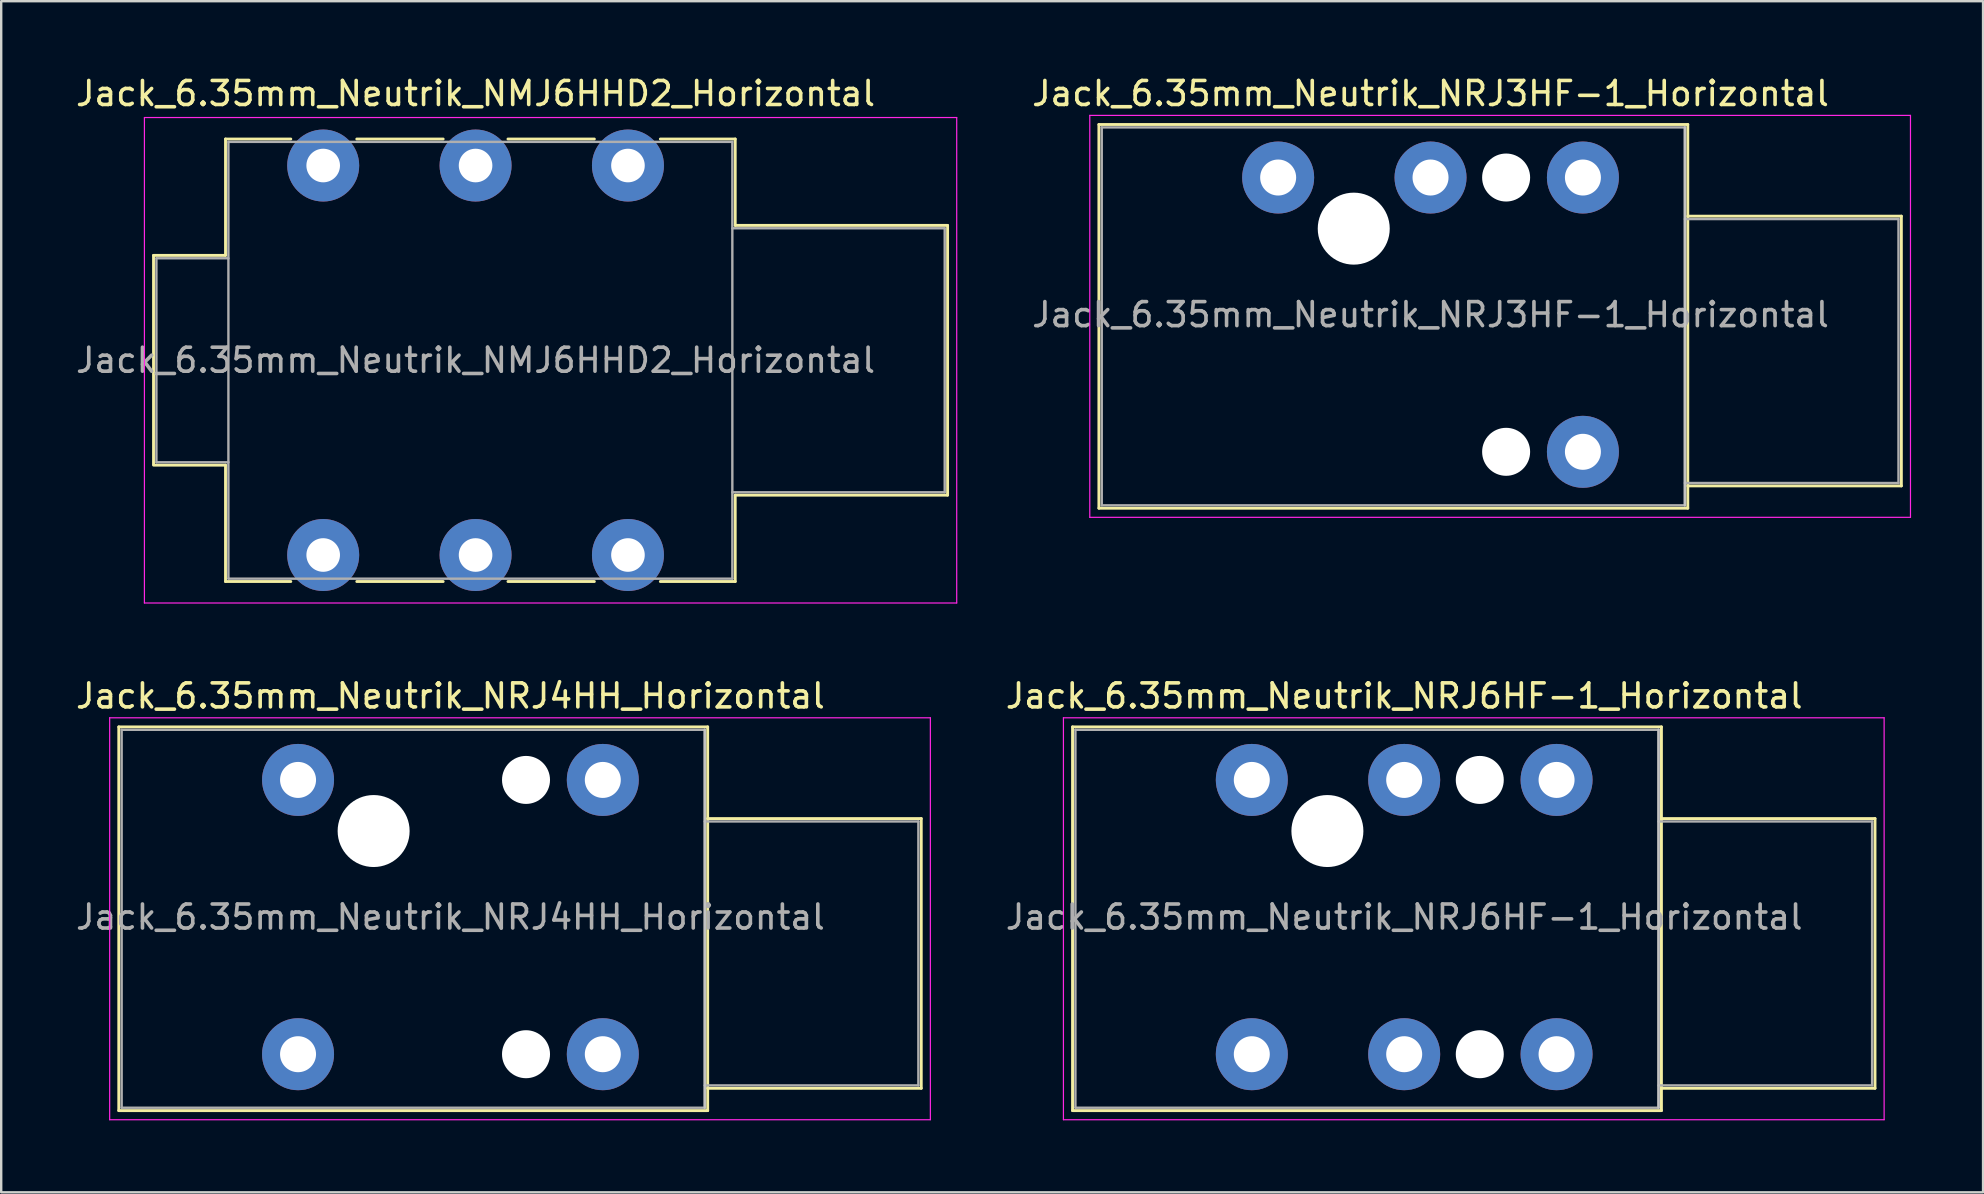
<source format=kicad_pcb>
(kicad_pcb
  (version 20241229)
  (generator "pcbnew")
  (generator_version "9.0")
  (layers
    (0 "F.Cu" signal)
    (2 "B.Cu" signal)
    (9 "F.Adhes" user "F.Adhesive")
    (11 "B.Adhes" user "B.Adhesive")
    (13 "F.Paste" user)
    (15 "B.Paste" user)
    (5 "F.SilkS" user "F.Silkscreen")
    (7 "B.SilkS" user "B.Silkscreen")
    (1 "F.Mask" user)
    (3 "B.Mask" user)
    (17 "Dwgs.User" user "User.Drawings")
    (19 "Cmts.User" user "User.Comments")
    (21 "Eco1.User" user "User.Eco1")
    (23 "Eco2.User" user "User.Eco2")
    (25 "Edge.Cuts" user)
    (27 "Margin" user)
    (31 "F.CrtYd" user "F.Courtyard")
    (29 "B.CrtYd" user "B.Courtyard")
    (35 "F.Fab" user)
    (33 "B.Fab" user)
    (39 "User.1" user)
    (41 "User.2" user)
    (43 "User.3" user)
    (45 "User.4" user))
  (footprint "Jack_6.35mm_Neutrik_NRJ3HF-1_Horizontal"
    (layer "F.Cu")
    (at 50.213 4.348)
    (property "Reference" "Jack_6.35mm_Neutrik_NRJ3HF-1_Horizontal" (at 6.35 -3.5 0) (layer "F.SilkS") (effects (font (size 1 1) (thickness 0.15))))
    (attr through_hole)
    (fp_line (start -7.47 -2.21) (end 17.07 -2.21) (stroke (width 0.12) (type solid)) (layer "F.SilkS"))
    (fp_line (start -7.47 13.78) (end -7.47 -2.21) (stroke (width 0.12) (type solid)) (layer "F.SilkS"))
    (fp_line (start -7.47 13.78) (end 17.07 13.78) (stroke (width 0.12) (type solid)) (layer "F.SilkS"))
    (fp_line (start 17.07 -2.21) (end 17.07 13.78) (stroke (width 0.12) (type solid)) (layer "F.SilkS"))
    (fp_line (start 25.97 1.61) (end 17.07 1.61) (stroke (width 0.12) (type solid)) (layer "F.SilkS"))
    (fp_line (start 25.97 12.85) (end 17.07 12.85) (stroke (width 0.12) (type solid)) (layer "F.SilkS"))
    (fp_line (start 25.97 12.85) (end 25.97 1.61) (stroke (width 0.12) (type solid)) (layer "F.SilkS"))
    (fp_line (start 16.95 -2.09) (end 16.95 13.66) (stroke (width 0.1) (type solid)) (layer "Dwgs.User"))
    (fp_line (start -7.85 14.16) (end -7.85 -2.59) (stroke (width 0.05) (type solid)) (layer "F.CrtYd"))
    (fp_line (start -7.85 14.16) (end 26.35 14.16) (stroke (width 0.05) (type solid)) (layer "F.CrtYd"))
    (fp_line (start 26.35 -2.59) (end -7.85 -2.59) (stroke (width 0.05) (type solid)) (layer "F.CrtYd"))
    (fp_line (start 26.35 14.16) (end 26.35 -2.59) (stroke (width 0.05) (type solid)) (layer "F.CrtYd"))
    (fp_line (start -7.35 -2.09) (end 16.95 -2.09) (stroke (width 0.1) (type solid)) (layer "F.Fab"))
    (fp_line (start -7.35 13.66) (end -7.35 -2.09) (stroke (width 0.1) (type solid)) (layer "F.Fab"))
    (fp_line (start 16.95 -2.09) (end 16.95 13.66) (stroke (width 0.1) (type solid)) (layer "F.Fab"))
    (fp_line (start 16.95 12.73) (end 25.85 12.73) (stroke (width 0.1) (type solid)) (layer "F.Fab"))
    (fp_line (start 16.95 13.66) (end -7.35 13.66) (stroke (width 0.1) (type solid)) (layer "F.Fab"))
    (fp_line (start 25.85 1.73) (end 16.95 1.73) (stroke (width 0.1) (type solid)) (layer "F.Fab"))
    (fp_line (start 25.85 12.73) (end 25.85 1.73) (stroke (width 0.1) (type solid)) (layer "F.Fab"))
    (fp_text user "${REFERENCE}" (at 6.35 5.715 0) (layer "F.Fab") (effects (font (size 1 1) (thickness 0.15))))
    (pad "" np_thru_hole circle (at 3.15 2.13) (size 3 3) (drill 3) (layers "*.Cu" "*.Mask"))
    (pad "" np_thru_hole circle (at 9.5 0) (size 2 2) (drill 2) (layers "*.Cu" "*.Mask"))
    (pad "" np_thru_hole circle (at 9.5 11.43) (size 2 2) (drill 2) (layers "*.Cu" "*.Mask"))
    (pad "G" thru_hole circle (at 12.7 11.43) (size 3 3) (drill 1.5) (layers "*.Cu" "*.Mask"))
    (pad "R" thru_hole circle (at 6.35 0) (size 3 3) (drill 1.5) (layers "*.Cu" "*.Mask"))
    (pad "S" thru_hole circle (at 12.7 0) (size 3 3) (drill 1.5) (layers "*.Cu" "*.Mask"))
    (pad "T" thru_hole circle (at 0 0) (size 3 3) (drill 1.5) (layers "*.Cu" "*.Mask")))
  (footprint "Jack_6.35mm_Neutrik_NMJ6HHD2_Horizontal"
    (layer "F.Cu")
    (at 10.418 3.848)
    (property "Reference" "Jack_6.35mm_Neutrik_NMJ6HHD2_Horizontal" (at 6.35 -3 0) (layer "F.SilkS") (effects (font (size 1 1) (thickness 0.15))))
    (attr through_hole)
    (fp_line (start -7.07 3.745) (end -4.07 3.745) (stroke (width 0.12) (type solid)) (layer "F.SilkS"))
    (fp_line (start -7.07 12.445) (end -7.07 3.745) (stroke (width 0.12) (type solid)) (layer "F.SilkS"))
    (fp_line (start -7.07 12.485) (end -4.07 12.485) (stroke (width 0.12) (type solid)) (layer "F.SilkS"))
    (fp_line (start -4.07 -1.105) (end -1.35 -1.105) (stroke (width 0.12) (type solid)) (layer "F.SilkS"))
    (fp_line (start -4.07 3.745) (end -4.07 -1.105) (stroke (width 0.12) (type solid)) (layer "F.SilkS"))
    (fp_line (start -4.07 17.335) (end -4.07 12.485) (stroke (width 0.12) (type solid)) (layer "F.SilkS"))
    (fp_line (start -1.35 17.335) (end -4.07 17.335) (stroke (width 0.12) (type solid)) (layer "F.SilkS"))
    (fp_line (start 1.4 -1.105) (end 5 -1.105) (stroke (width 0.12) (type solid)) (layer "F.SilkS"))
    (fp_line (start 5 17.335) (end 1.4 17.335) (stroke (width 0.12) (type solid)) (layer "F.SilkS"))
    (fp_line (start 7.7 -1.105) (end 11.3 -1.105) (stroke (width 0.12) (type solid)) (layer "F.SilkS"))
    (fp_line (start 11.3 17.335) (end 7.7 17.335) (stroke (width 0.12) (type solid)) (layer "F.SilkS"))
    (fp_line (start 17.17 -1.105) (end 14.05 -1.105) (stroke (width 0.12) (type solid)) (layer "F.SilkS"))
    (fp_line (start 17.17 2.495) (end 17.17 -1.105) (stroke (width 0.12) (type solid)) (layer "F.SilkS"))
    (fp_line (start 17.17 2.495) (end 26.02 2.495) (stroke (width 0.12) (type solid)) (layer "F.SilkS"))
    (fp_line (start 17.17 13.735) (end 26.02 13.735) (stroke (width 0.12) (type solid)) (layer "F.SilkS"))
    (fp_line (start 17.17 17.335) (end 14.05 17.335) (stroke (width 0.12) (type solid)) (layer "F.SilkS"))
    (fp_line (start 17.17 17.335) (end 17.17 13.735) (stroke (width 0.12) (type solid)) (layer "F.SilkS"))
    (fp_line (start 26.02 13.735) (end 26.02 2.495) (stroke (width 0.12) (type solid)) (layer "F.SilkS"))
    (fp_line (start -7.45 18.23) (end -7.45 -2) (stroke (width 0.05) (type solid)) (layer "F.CrtYd"))
    (fp_line (start -7.45 18.23) (end 26.4 18.23) (stroke (width 0.05) (type solid)) (layer "F.CrtYd"))
    (fp_line (start 26.4 -2) (end -7.45 -2) (stroke (width 0.05) (type solid)) (layer "F.CrtYd"))
    (fp_line (start 26.4 18.23) (end 26.4 -2) (stroke (width 0.05) (type solid)) (layer "F.CrtYd"))
    (fp_line (start -6.95 3.865) (end -3.95 3.865) (stroke (width 0.1) (type solid)) (layer "F.Fab"))
    (fp_line (start -6.95 12.365) (end -6.95 3.865) (stroke (width 0.1) (type solid)) (layer "F.Fab"))
    (fp_line (start -6.95 12.365) (end -3.95 12.365) (stroke (width 0.1) (type solid)) (layer "F.Fab"))
    (fp_line (start -3.95 17.215) (end -3.95 -0.985) (stroke (width 0.1) (type solid)) (layer "F.Fab"))
    (fp_line (start 17.05 -0.985) (end -3.95 -0.985) (stroke (width 0.1) (type solid)) (layer "F.Fab"))
    (fp_line (start 17.05 17.215) (end -3.95 17.215) (stroke (width 0.1) (type solid)) (layer "F.Fab"))
    (fp_line (start 17.05 17.215) (end 17.05 -0.985) (stroke (width 0.1) (type solid)) (layer "F.Fab"))
    (fp_line (start 25.9 2.615) (end 17.05 2.615) (stroke (width 0.1) (type solid)) (layer "F.Fab"))
    (fp_line (start 25.9 13.615) (end 17.05 13.615) (stroke (width 0.1) (type solid)) (layer "F.Fab"))
    (fp_line (start 25.9 13.615) (end 25.9 2.615) (stroke (width 0.1) (type solid)) (layer "F.Fab"))
    (fp_text user "${REFERENCE}" (at 6.35 8.115 0) (layer "F.Fab") (effects (font (size 1 1) (thickness 0.15))))
    (pad "R" thru_hole circle (at 6.35 0) (size 3 3) (drill 1.4) (layers "*.Cu" "*.Mask"))
    (pad "RN" thru_hole circle (at 6.35 16.23) (size 3 3) (drill 1.4) (layers "*.Cu" "*.Mask"))
    (pad "S" thru_hole circle (at 12.7 0) (size 3 3) (drill 1.4) (layers "*.Cu" "*.Mask"))
    (pad "SN" thru_hole circle (at 12.7 16.23) (size 3 3) (drill 1.4) (layers "*.Cu" "*.Mask"))
    (pad "T" thru_hole circle (at 0 0) (size 3 3) (drill 1.4) (layers "*.Cu" "*.Mask"))
    (pad "TN" thru_hole circle (at 0 16.23) (size 3 3) (drill 1.4) (layers "*.Cu" "*.Mask")))
  (footprint "Jack_6.35mm_Neutrik_NRJ4HH_Horizontal"
    (layer "F.Cu")
    (at 9.37 29.451)
    (property "Reference" "Jack_6.35mm_Neutrik_NRJ4HH_Horizontal" (at 6.35 -3.5 0) (layer "F.SilkS") (effects (font (size 1 1) (thickness 0.15))))
    (attr through_hole)
    (fp_line (start -7.47 -2.21) (end 17.07 -2.21) (stroke (width 0.12) (type solid)) (layer "F.SilkS"))
    (fp_line (start -7.47 13.78) (end -7.47 -2.21) (stroke (width 0.12) (type solid)) (layer "F.SilkS"))
    (fp_line (start -7.47 13.78) (end 17.07 13.78) (stroke (width 0.12) (type solid)) (layer "F.SilkS"))
    (fp_line (start 17.07 -2.21) (end 17.07 13.78) (stroke (width 0.12) (type solid)) (layer "F.SilkS"))
    (fp_line (start 25.97 1.61) (end 17.07 1.61) (stroke (width 0.12) (type solid)) (layer "F.SilkS"))
    (fp_line (start 25.97 12.85) (end 17.07 12.85) (stroke (width 0.12) (type solid)) (layer "F.SilkS"))
    (fp_line (start 25.97 12.85) (end 25.97 1.61) (stroke (width 0.12) (type solid)) (layer "F.SilkS"))
    (fp_line (start 16.95 -2.09) (end 16.95 13.66) (stroke (width 0.1) (type solid)) (layer "Dwgs.User"))
    (fp_line (start -7.85 14.16) (end -7.85 -2.59) (stroke (width 0.05) (type solid)) (layer "F.CrtYd"))
    (fp_line (start -7.85 14.16) (end 26.35 14.16) (stroke (width 0.05) (type solid)) (layer "F.CrtYd"))
    (fp_line (start 26.35 -2.59) (end -7.85 -2.59) (stroke (width 0.05) (type solid)) (layer "F.CrtYd"))
    (fp_line (start 26.35 14.16) (end 26.35 -2.59) (stroke (width 0.05) (type solid)) (layer "F.CrtYd"))
    (fp_line (start -7.35 -2.09) (end 16.95 -2.09) (stroke (width 0.1) (type solid)) (layer "F.Fab"))
    (fp_line (start -7.35 13.66) (end -7.35 -2.09) (stroke (width 0.1) (type solid)) (layer "F.Fab"))
    (fp_line (start 16.95 -2.09) (end 16.95 13.66) (stroke (width 0.1) (type solid)) (layer "F.Fab"))
    (fp_line (start 16.95 12.73) (end 25.85 12.73) (stroke (width 0.1) (type solid)) (layer "F.Fab"))
    (fp_line (start 16.95 13.66) (end -7.35 13.66) (stroke (width 0.1) (type solid)) (layer "F.Fab"))
    (fp_line (start 25.85 1.73) (end 16.95 1.73) (stroke (width 0.1) (type solid)) (layer "F.Fab"))
    (fp_line (start 25.85 12.73) (end 25.85 1.73) (stroke (width 0.1) (type solid)) (layer "F.Fab"))
    (fp_text user "${REFERENCE}" (at 6.35 5.715 0) (layer "F.Fab") (effects (font (size 1 1) (thickness 0.15))))
    (pad "" np_thru_hole circle (at 3.15 2.13) (size 3 3) (drill 3) (layers "*.Cu" "*.Mask"))
    (pad "" np_thru_hole circle (at 9.5 0) (size 2 2) (drill 2) (layers "*.Cu" "*.Mask"))
    (pad "" np_thru_hole circle (at 9.5 11.43) (size 2 2) (drill 2) (layers "*.Cu" "*.Mask"))
    (pad "S" thru_hole circle (at 12.7 0) (size 3 3) (drill 1.5) (layers "*.Cu" "*.Mask"))
    (pad "SN" thru_hole circle (at 12.7 11.43) (size 3 3) (drill 1.5) (layers "*.Cu" "*.Mask"))
    (pad "T" thru_hole circle (at 0 0) (size 3 3) (drill 1.5) (layers "*.Cu" "*.Mask"))
    (pad "TN" thru_hole circle (at 0 11.43) (size 3 3) (drill 1.5) (layers "*.Cu" "*.Mask")))
  (footprint "Jack_6.35mm_Neutrik_NRJ6HF-1_Horizontal"
    (layer "F.Cu")
    (at 49.115 29.451)
    (property "Reference" "Jack_6.35mm_Neutrik_NRJ6HF-1_Horizontal" (at 6.35 -3.5 0) (layer "F.SilkS") (effects (font (size 1 1) (thickness 0.15))))
    (attr through_hole)
    (fp_line (start -7.47 -2.21) (end 17.07 -2.21) (stroke (width 0.12) (type solid)) (layer "F.SilkS"))
    (fp_line (start -7.47 13.78) (end -7.47 -2.21) (stroke (width 0.12) (type solid)) (layer "F.SilkS"))
    (fp_line (start -7.47 13.78) (end 17.07 13.78) (stroke (width 0.12) (type solid)) (layer "F.SilkS"))
    (fp_line (start 17.07 -2.21) (end 17.07 13.78) (stroke (width 0.12) (type solid)) (layer "F.SilkS"))
    (fp_line (start 25.97 1.61) (end 17.07 1.61) (stroke (width 0.12) (type solid)) (layer "F.SilkS"))
    (fp_line (start 25.97 12.85) (end 17.07 12.85) (stroke (width 0.12) (type solid)) (layer "F.SilkS"))
    (fp_line (start 25.97 12.85) (end 25.97 1.61) (stroke (width 0.12) (type solid)) (layer "F.SilkS"))
    (fp_line (start 16.95 -2.09) (end 16.95 13.66) (stroke (width 0.1) (type solid)) (layer "Dwgs.User"))
    (fp_line (start -7.85 14.16) (end -7.85 -2.59) (stroke (width 0.05) (type solid)) (layer "F.CrtYd"))
    (fp_line (start -7.85 14.16) (end 26.35 14.16) (stroke (width 0.05) (type solid)) (layer "F.CrtYd"))
    (fp_line (start 26.35 -2.59) (end -7.85 -2.59) (stroke (width 0.05) (type solid)) (layer "F.CrtYd"))
    (fp_line (start 26.35 14.16) (end 26.35 -2.59) (stroke (width 0.05) (type solid)) (layer "F.CrtYd"))
    (fp_line (start -7.35 -2.09) (end 16.95 -2.09) (stroke (width 0.1) (type solid)) (layer "F.Fab"))
    (fp_line (start -7.35 13.66) (end -7.35 -2.09) (stroke (width 0.1) (type solid)) (layer "F.Fab"))
    (fp_line (start 16.95 -2.09) (end 16.95 13.66) (stroke (width 0.1) (type solid)) (layer "F.Fab"))
    (fp_line (start 16.95 12.73) (end 25.85 12.73) (stroke (width 0.1) (type solid)) (layer "F.Fab"))
    (fp_line (start 16.95 13.66) (end -7.35 13.66) (stroke (width 0.1) (type solid)) (layer "F.Fab"))
    (fp_line (start 25.85 1.73) (end 16.95 1.73) (stroke (width 0.1) (type solid)) (layer "F.Fab"))
    (fp_line (start 25.85 12.73) (end 25.85 1.73) (stroke (width 0.1) (type solid)) (layer "F.Fab"))
    (fp_text user "${REFERENCE}" (at 6.35 5.715 0) (layer "F.Fab") (effects (font (size 1 1) (thickness 0.15))))
    (pad "" np_thru_hole circle (at 3.15 2.13) (size 3 3) (drill 3) (layers "*.Cu" "*.Mask"))
    (pad "" np_thru_hole circle (at 9.5 0) (size 2 2) (drill 2) (layers "*.Cu" "*.Mask"))
    (pad "" np_thru_hole circle (at 9.5 11.43) (size 2 2) (drill 2) (layers "*.Cu" "*.Mask"))
    (pad "G" thru_hole circle (at 12.7 11.43) (size 3 3) (drill 1.5) (layers "*.Cu" "*.Mask"))
    (pad "R" thru_hole circle (at 6.35 0) (size 3 3) (drill 1.5) (layers "*.Cu" "*.Mask"))
    (pad "RN" thru_hole circle (at 6.35 11.43) (size 3 3) (drill 1.5) (layers "*.Cu" "*.Mask"))
    (pad "S" thru_hole circle (at 12.7 0) (size 3 3) (drill 1.5) (layers "*.Cu" "*.Mask"))
    (pad "T" thru_hole circle (at 0 0) (size 3 3) (drill 1.5) (layers "*.Cu" "*.Mask"))
    (pad "TN" thru_hole circle (at 0 11.43) (size 3 3) (drill 1.5) (layers "*.Cu" "*.Mask")))
  (gr_rect
    (start -3 -3)
    (end 79.588 46.636)
    (stroke (width 0.1) (type default))
    (fill no)
    (layer "Edge.Cuts")))
</source>
